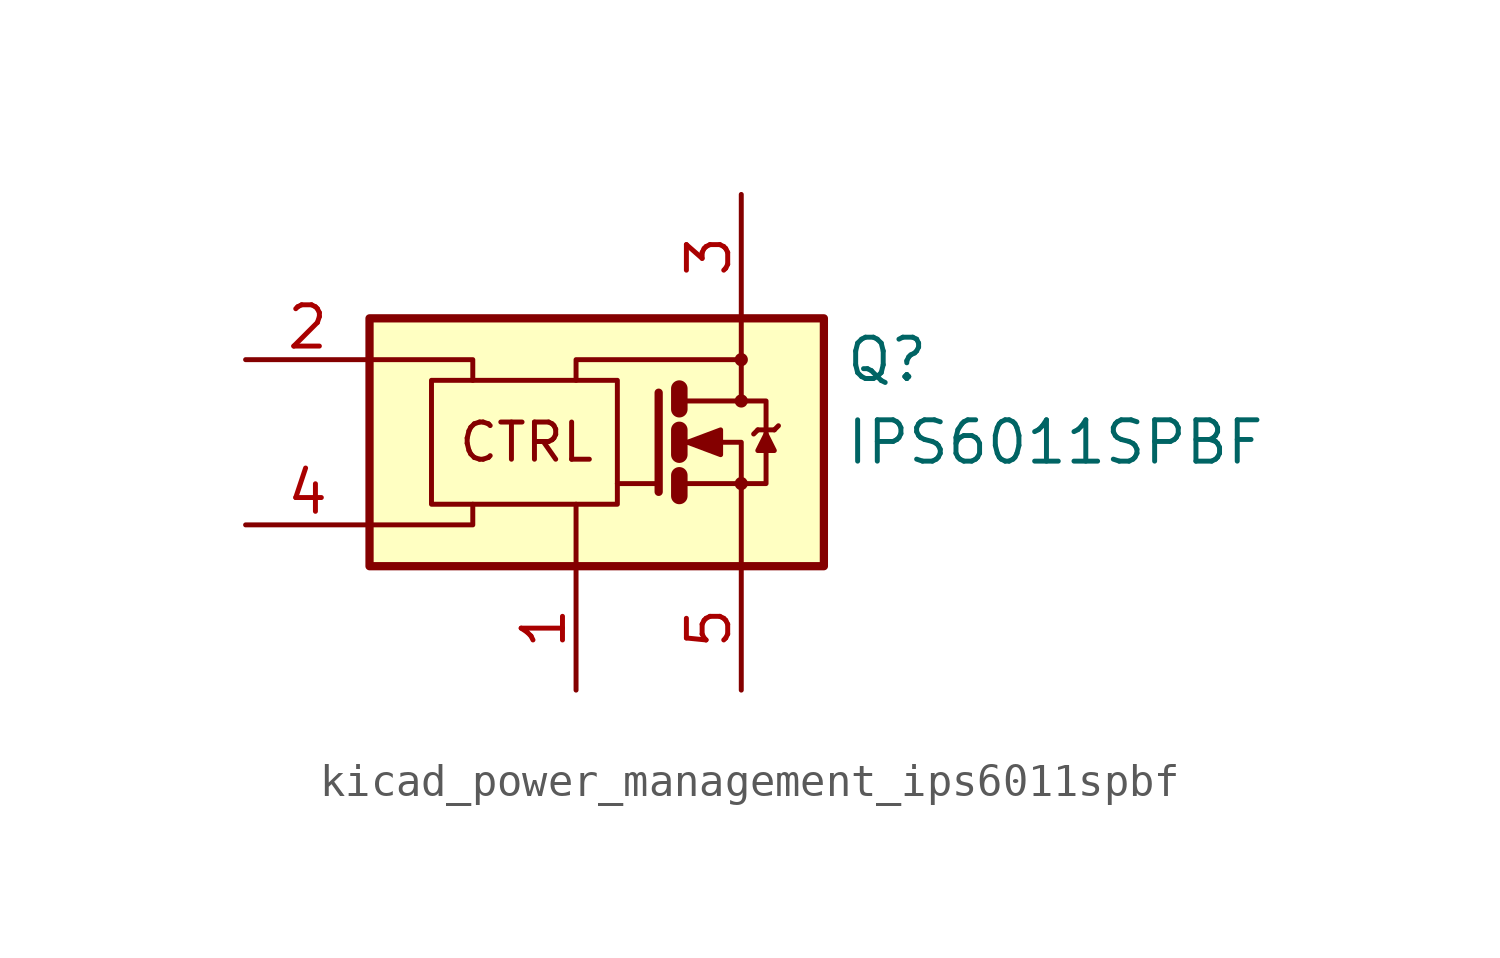
<source format=kicad_sym>
(kicad_symbol_lib
  (version 20220914)
  (generator kicad_symbol_editor)
  (symbol "kicad_power_management_ips6011spbf"
    (pin_names
      (offset 0) hide)
    (property "Reference" "Q"
      (at 8.255 2.54 0)
      (effects (font (size 1.27 1.27)) (justify left)))
    (property "Value" "IPS6011SPBF"
      (at 8.255 0 0)
      (effects (font (size 1.27 1.27)) (justify left)))
    (symbol "kicad_power_management_ips6011spbf_0_0"
      (rectangle (start -6.35 3.81) (end 7.62 -3.81) (stroke (width 0.254) (type default)) (fill (type background)))
      (polyline (pts (xy 0 -3.81) (xy 0 -1.905)) (stroke (width 0) (type default)) (fill (type none)))
      (polyline (pts (xy -6.35 -2.54) (xy -3.175 -2.54) (xy -3.175 -1.905)) (stroke (width 0) (type default)) (fill (type none)))
      (polyline (pts (xy -6.35 2.54) (xy -3.175 2.54) (xy -3.175 1.905)) (stroke (width 0) (type default)) (fill (type none)))
      (polyline (pts (xy 0 1.905) (xy 0 2.54) (xy 5.08 2.54)) (stroke (width 0) (type default)) (fill (type none)))
      (circle (center 5.08 2.54) (radius 0.127) (stroke (width 0) (type default)) (fill (type none)))
      (text "CTRL" (at -1.524 0 0) (effects (font (size 1.143 1.143)))))
    (symbol "kicad_power_management_ips6011spbf_0_1"
      (rectangle (start -4.445 1.905) (end 1.27 -1.905) (stroke (width 0) (type default)) (fill (type none)))
      (polyline (pts (xy 2.54 -1.27) (xy 1.27 -1.27)) (stroke (width 0) (type default)) (fill (type none)))
      (polyline (pts (xy 3.175 -1.016) (xy 3.175 -1.651)) (stroke (width 0.508) (type default)) (fill (type none)))
      (polyline (pts (xy 3.175 0.381) (xy 3.175 -0.381)) (stroke (width 0.508) (type default)) (fill (type none)))
      (polyline (pts (xy 3.175 1.651) (xy 3.175 1.016)) (stroke (width 0.508) (type default)) (fill (type none)))
      (polyline (pts (xy 5.588 0.381) (xy 5.461 0.254)) (stroke (width 0) (type default)) (fill (type none)))
      (polyline (pts (xy 5.588 0.381) (xy 6.096 0.381)) (stroke (width 0) (type default)) (fill (type none)))
      (polyline (pts (xy 6.096 0.381) (xy 6.223 0.508)) (stroke (width 0) (type default)) (fill (type none)))
      (polyline (pts (xy 2.54 1.524) (xy 2.54 -1.524) (xy 2.54 -1.524)) (stroke (width 0.254) (type default)) (fill (type none)))
      (polyline (pts (xy 3.302 -1.27) (xy 5.08 -1.27) (xy 5.08 -3.81)) (stroke (width 0) (type default)) (fill (type none)))
      (polyline (pts (xy 3.302 0) (xy 5.08 0) (xy 5.08 -1.27)) (stroke (width 0) (type default)) (fill (type none)))
      (polyline (pts (xy 3.302 1.27) (xy 5.08 1.27) (xy 5.08 3.81) (xy 5.08 2.54)) (stroke (width 0) (type default)) (fill (type none)))
      (polyline (pts (xy 5.08 -1.27) (xy 5.842 -1.27) (xy 5.842 1.27) (xy 5.08 1.27)) (stroke (width 0) (type default)) (fill (type none)))
      (polyline (pts (xy 5.842 0.254) (xy 5.588 -0.254) (xy 6.096 -0.254) (xy 5.842 0.254)) (stroke (width 0) (type default)) (fill (type outline)))
      (polyline (pts (xy 3.429 0) (xy 4.445 0.381) (xy 4.445 -0.381) (xy 3.429 0) (xy 3.556 0) (xy 3.556 0)) (stroke (width 0) (type default)) (fill (type outline)))
      (circle (center 5.08 -1.27) (radius 0.127) (stroke (width 0) (type default)) (fill (type none)))
      (circle (center 5.08 1.27) (radius 0.127) (stroke (width 0) (type default)) (fill (type none))))
    (symbol "kicad_power_management_ips6011spbf_1_1"
      (pin power_in line (at 0 -7.62 90) (length 3.81) (name "GND" (effects (font (size 1.27 1.27)))) (number "1" (effects (font (size 1.27 1.27)))))
      (pin input line (at -10.16 2.54 0) (length 3.81) (name "IN" (effects (font (size 1.27 1.27)))) (number "2" (effects (font (size 1.27 1.27)))))
      (pin power_in line (at 5.08 7.62 270) (length 3.81) (name "VCC" (effects (font (size 1.27 1.27)))) (number "3" (effects (font (size 1.27 1.27)))))
      (pin bidirectional line (at -10.16 -2.54 0) (length 3.81) (name "DG" (effects (font (size 1.27 1.27)))) (number "4" (effects (font (size 1.27 1.27)))))
      (pin output line (at 5.08 -7.62 90) (length 3.81) (name "OUT" (effects (font (size 1.27 1.27)))) (number "5" (effects (font (size 1.27 1.27))))))))
</source>
